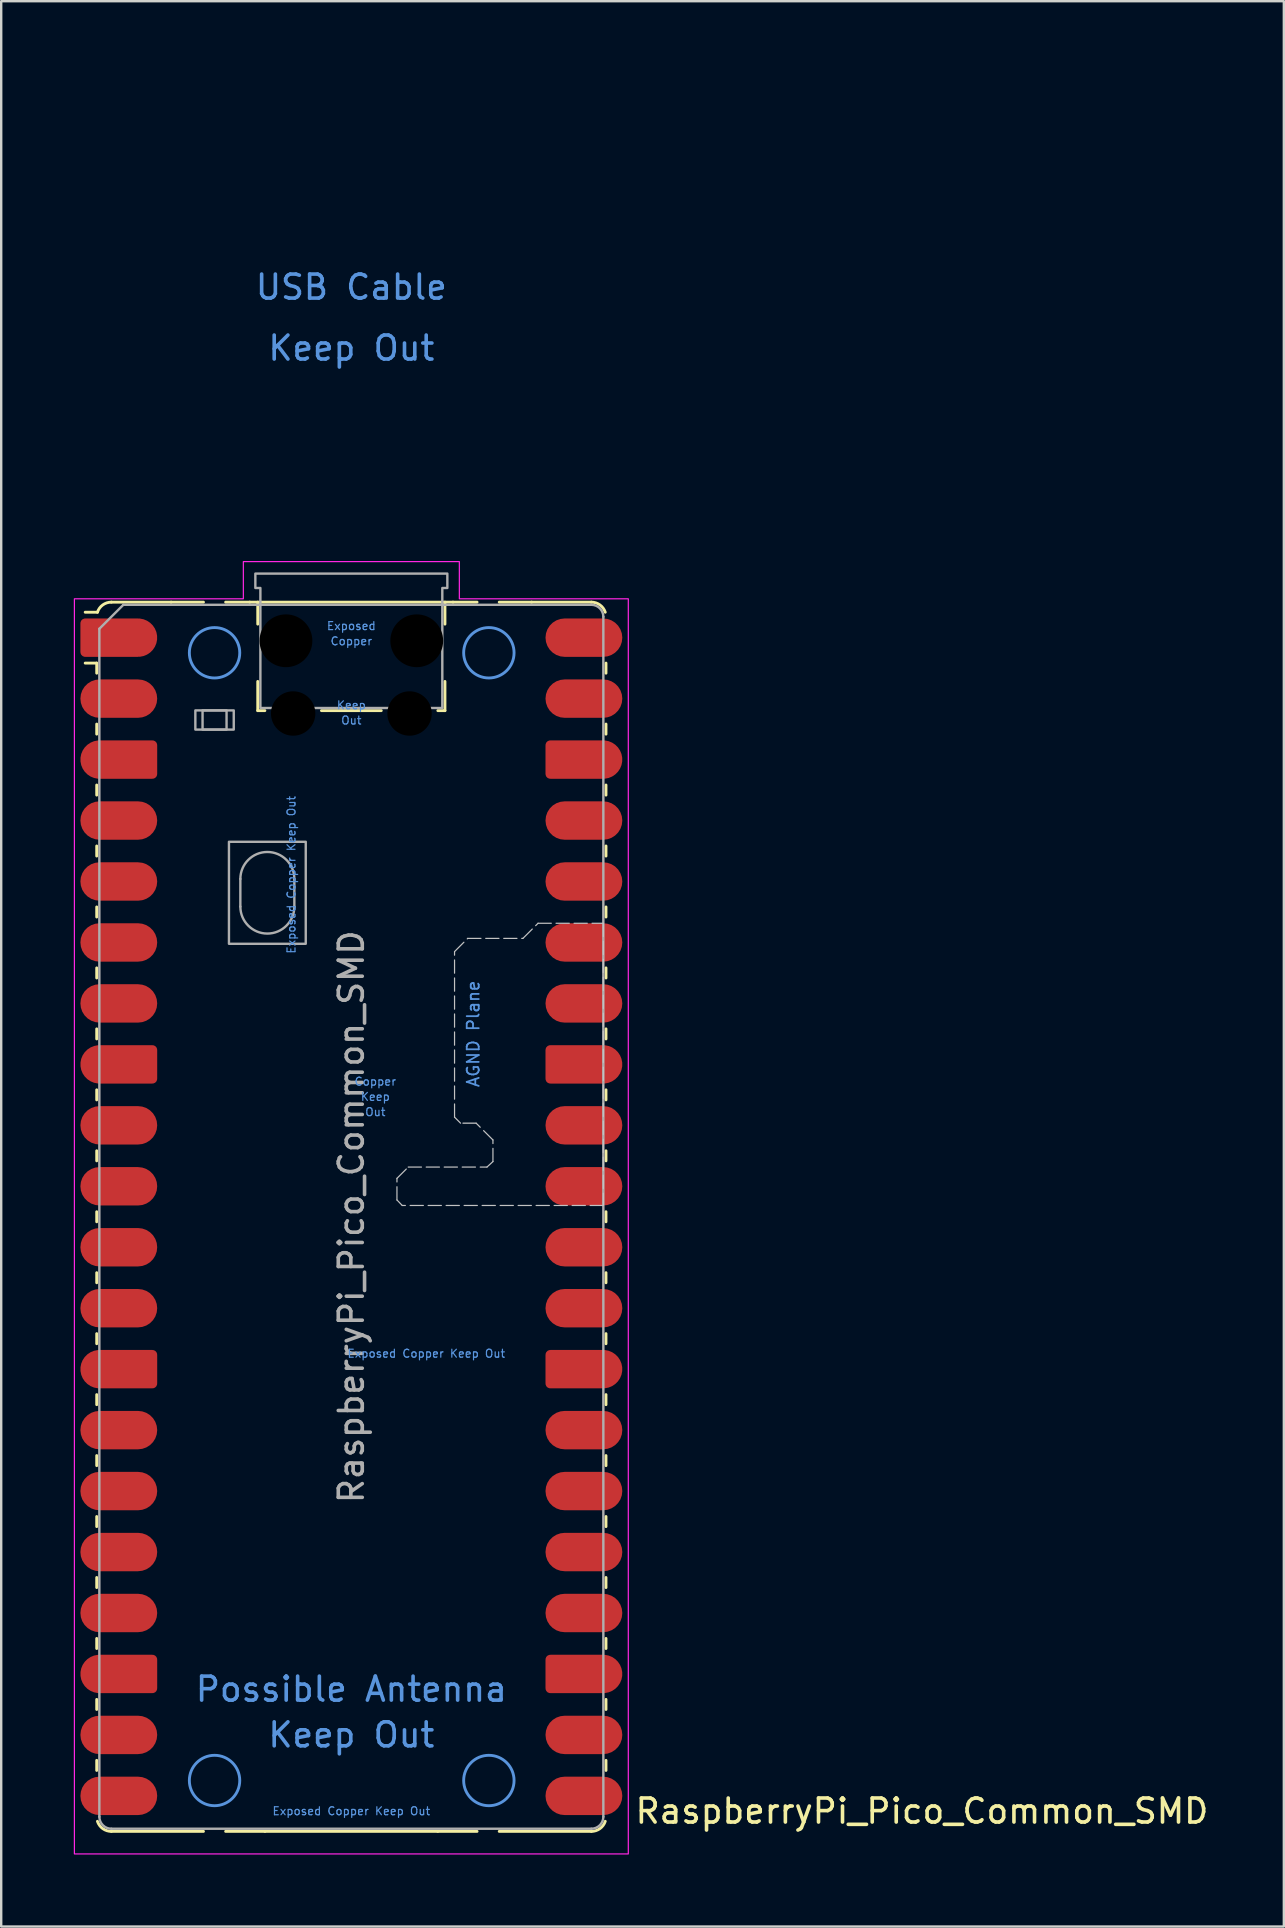
<source format=kicad_pcb>
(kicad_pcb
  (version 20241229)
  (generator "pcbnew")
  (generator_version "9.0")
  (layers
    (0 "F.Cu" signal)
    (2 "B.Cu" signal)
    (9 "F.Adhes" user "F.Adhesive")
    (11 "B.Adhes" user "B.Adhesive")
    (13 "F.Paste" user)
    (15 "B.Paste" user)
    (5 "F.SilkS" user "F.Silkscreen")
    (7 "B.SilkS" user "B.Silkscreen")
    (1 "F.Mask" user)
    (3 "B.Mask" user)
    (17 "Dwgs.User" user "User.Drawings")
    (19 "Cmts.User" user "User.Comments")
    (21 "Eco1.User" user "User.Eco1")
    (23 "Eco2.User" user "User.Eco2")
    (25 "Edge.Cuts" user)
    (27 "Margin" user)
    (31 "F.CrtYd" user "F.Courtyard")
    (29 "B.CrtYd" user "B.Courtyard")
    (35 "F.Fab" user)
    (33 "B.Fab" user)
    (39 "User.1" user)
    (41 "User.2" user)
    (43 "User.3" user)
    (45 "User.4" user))
  (footprint "RaspberryPi_Pico_Common_SMD"
    (layer "F.Cu")
    (at 11.59 47.65)
    (property "Reference" "RaspberryPi_Pico_Common_SMD" (at 11.748 24.765 0) (unlocked yes) (layer "F.SilkS") (effects (font (size 1 1) (thickness 0.15)) (justify left)))
    (attr smd)
    (fp_line (start -10.61 -23.07) (end -11.09 -23.07) (stroke (width 0.12) (type solid)) (layer "F.SilkS"))
    (fp_line (start -10.61 -23.07) (end -10.61 -22.65) (stroke (width 0.12) (type solid)) (layer "F.SilkS"))
    (fp_line (start -10.61 -20.53) (end -10.61 -20.11) (stroke (width 0.12) (type solid)) (layer "F.SilkS"))
    (fp_line (start -10.61 -17.99) (end -10.61 -17.57) (stroke (width 0.12) (type solid)) (layer "F.SilkS"))
    (fp_line (start -10.61 -15.45) (end -10.61 -15.03) (stroke (width 0.12) (type solid)) (layer "F.SilkS"))
    (fp_line (start -10.61 -12.91) (end -10.61 -12.49) (stroke (width 0.12) (type solid)) (layer "F.SilkS"))
    (fp_line (start -10.61 -10.37) (end -10.61 -9.95) (stroke (width 0.12) (type solid)) (layer "F.SilkS"))
    (fp_line (start -10.61 -7.83) (end -10.61 -7.41) (stroke (width 0.12) (type solid)) (layer "F.SilkS"))
    (fp_line (start -10.61 -5.29) (end -10.61 -4.87) (stroke (width 0.12) (type solid)) (layer "F.SilkS"))
    (fp_line (start -10.61 -2.75) (end -10.61 -2.33) (stroke (width 0.12) (type solid)) (layer "F.SilkS"))
    (fp_line (start -10.61 -0.21) (end -10.61 0.21) (stroke (width 0.12) (type solid)) (layer "F.SilkS"))
    (fp_line (start -10.61 2.33) (end -10.61 2.75) (stroke (width 0.12) (type solid)) (layer "F.SilkS"))
    (fp_line (start -10.61 4.87) (end -10.61 5.29) (stroke (width 0.12) (type solid)) (layer "F.SilkS"))
    (fp_line (start -10.61 7.41) (end -10.61 7.83) (stroke (width 0.12) (type solid)) (layer "F.SilkS"))
    (fp_line (start -10.61 9.95) (end -10.61 10.37) (stroke (width 0.12) (type solid)) (layer "F.SilkS"))
    (fp_line (start -10.61 12.49) (end -10.61 12.91) (stroke (width 0.12) (type solid)) (layer "F.SilkS"))
    (fp_line (start -10.61 15.03) (end -10.61 15.45) (stroke (width 0.12) (type solid)) (layer "F.SilkS"))
    (fp_line (start -10.61 17.57) (end -10.61 17.99) (stroke (width 0.12) (type solid)) (layer "F.SilkS"))
    (fp_line (start -10.61 20.11) (end -10.61 20.53) (stroke (width 0.12) (type solid)) (layer "F.SilkS"))
    (fp_line (start -10.61 22.65) (end -10.61 23.07) (stroke (width 0.12) (type solid)) (layer "F.SilkS"))
    (fp_line (start -10.58 -25.19) (end -11.09 -25.19) (stroke (width 0.12) (type solid)) (layer "F.SilkS"))
    (fp_line (start -10 -25.61) (end -7.51 -25.61) (stroke (width 0.12) (type solid)) (layer "F.SilkS"))
    (fp_line (start -10 25.61) (end -6.162 25.61) (stroke (width 0.12) (type solid)) (layer "F.SilkS"))
    (fp_line (start -7.51 -25.61) (end -6.162 -25.61) (stroke (width 0.12) (type solid)) (layer "F.SilkS"))
    (fp_line (start -5.238 -25.61) (end -4.235 -25.61) (stroke (width 0.12) (type solid)) (layer "F.SilkS"))
    (fp_line (start -4.235 -25.61) (end 4.235 -25.61) (stroke (width 0.12) (type solid)) (layer "F.SilkS"))
    (fp_line (start -3.9 -25.61) (end -3.9 -24.694) (stroke (width 0.12) (type solid)) (layer "F.SilkS"))
    (fp_line (start -3.9 -22.306) (end -3.9 -21.09) (stroke (width 0.12) (type solid)) (layer "F.SilkS"))
    (fp_line (start -3.9 -21.09) (end -3.604 -21.09) (stroke (width 0.12) (type solid)) (layer "F.SilkS"))
    (fp_line (start -3.6 25.61) (end -5.238 25.61) (stroke (width 0.12) (type solid)) (layer "F.SilkS"))
    (fp_line (start -1.246 -21.09) (end 1.246 -21.09) (stroke (width 0.12) (type solid)) (layer "F.SilkS"))
    (fp_line (start 3.6 25.61) (end -3.6 25.61) (stroke (width 0.12) (type solid)) (layer "F.SilkS"))
    (fp_line (start 3.604 -21.09) (end 3.9 -21.09) (stroke (width 0.12) (type solid)) (layer "F.SilkS"))
    (fp_line (start 3.9 -25.61) (end 3.9 -24.694) (stroke (width 0.12) (type solid)) (layer "F.SilkS"))
    (fp_line (start 3.9 -22.306) (end 3.9 -21.09) (stroke (width 0.12) (type solid)) (layer "F.SilkS"))
    (fp_line (start 4.235 -25.61) (end 5.238 -25.61) (stroke (width 0.12) (type solid)) (layer "F.SilkS"))
    (fp_line (start 5.238 25.61) (end 3.6 25.61) (stroke (width 0.12) (type solid)) (layer "F.SilkS"))
    (fp_line (start 6.162 -25.61) (end 7.51 -25.61) (stroke (width 0.12) (type solid)) (layer "F.SilkS"))
    (fp_line (start 6.162 25.61) (end 10 25.61) (stroke (width 0.12) (type solid)) (layer "F.SilkS"))
    (fp_line (start 10 -25.61) (end 7.51 -25.61) (stroke (width 0.12) (type solid)) (layer "F.SilkS"))
    (fp_line (start 10.61 -23.07) (end 10.61 -22.65) (stroke (width 0.12) (type solid)) (layer "F.SilkS"))
    (fp_line (start 10.61 -20.53) (end 10.61 -20.11) (stroke (width 0.12) (type solid)) (layer "F.SilkS"))
    (fp_line (start 10.61 -17.99) (end 10.61 -17.57) (stroke (width 0.12) (type solid)) (layer "F.SilkS"))
    (fp_line (start 10.61 -15.45) (end 10.61 -15.03) (stroke (width 0.12) (type solid)) (layer "F.SilkS"))
    (fp_line (start 10.61 -12.91) (end 10.61 -12.49) (stroke (width 0.12) (type solid)) (layer "F.SilkS"))
    (fp_line (start 10.61 -10.37) (end 10.61 -9.95) (stroke (width 0.12) (type solid)) (layer "F.SilkS"))
    (fp_line (start 10.61 -7.83) (end 10.61 -7.41) (stroke (width 0.12) (type solid)) (layer "F.SilkS"))
    (fp_line (start 10.61 -5.29) (end 10.61 -4.87) (stroke (width 0.12) (type solid)) (layer "F.SilkS"))
    (fp_line (start 10.61 -2.75) (end 10.61 -2.33) (stroke (width 0.12) (type solid)) (layer "F.SilkS"))
    (fp_line (start 10.61 -0.21) (end 10.61 0.21) (stroke (width 0.12) (type solid)) (layer "F.SilkS"))
    (fp_line (start 10.61 2.33) (end 10.61 2.75) (stroke (width 0.12) (type solid)) (layer "F.SilkS"))
    (fp_line (start 10.61 4.87) (end 10.61 5.29) (stroke (width 0.12) (type solid)) (layer "F.SilkS"))
    (fp_line (start 10.61 7.41) (end 10.61 7.83) (stroke (width 0.12) (type solid)) (layer "F.SilkS"))
    (fp_line (start 10.61 9.95) (end 10.61 10.37) (stroke (width 0.12) (type solid)) (layer "F.SilkS"))
    (fp_line (start 10.61 12.49) (end 10.61 12.91) (stroke (width 0.12) (type solid)) (layer "F.SilkS"))
    (fp_line (start 10.61 15.03) (end 10.61 15.45) (stroke (width 0.12) (type solid)) (layer "F.SilkS"))
    (fp_line (start 10.61 17.57) (end 10.61 17.99) (stroke (width 0.12) (type solid)) (layer "F.SilkS"))
    (fp_line (start 10.61 20.11) (end 10.61 20.53) (stroke (width 0.12) (type solid)) (layer "F.SilkS"))
    (fp_line (start 10.61 22.65) (end 10.61 23.07) (stroke (width 0.12) (type solid)) (layer "F.SilkS"))
    (fp_arc (start -10.579676 -25.19) (mid -10.357938 -25.493944) (end -10 -25.61) (stroke (width 0.12) (type solid)) (layer "F.SilkS"))
    (fp_arc (start -10 25.61) (mid -10.357937 25.493944) (end -10.579676 25.189937) (stroke (width 0.12) (type solid)) (layer "F.SilkS"))
    (fp_arc (start 10 -25.61) (mid 10.357937 -25.493944) (end 10.579676 -25.189937) (stroke (width 0.12) (type solid)) (layer "F.SilkS"))
    (fp_arc (start 10.579676 25.189937) (mid 10.357946 25.493957) (end 10 25.61) (stroke (width 0.12) (type solid)) (layer "F.SilkS"))
    (fp_poly (pts (xy 10.5 -0.47) (xy 2.12 -0.47) (xy 1.9 -0.7) (xy 1.9 -1.6) (xy 2.37 -2.07) (xy 5.65 -2.07) (xy 5.9 -2.3) (xy 5.9 -3.2) (xy 5.2 -3.9) (xy 4.55 -3.9) (xy 4.3 -4.15) (xy 4.3 -11.05) (xy 4.85 -11.6) (xy 7.15 -11.6) (xy 7.78 -12.23) (xy 10.5 -12.23)) (stroke (width 0.05) (type dash)) (fill no) (layer "Dwgs.User"))
    (fp_circle (center -5.7 -23.5) (end -4.65 -23.5) (stroke (width 0.12) (type solid)) (fill no) (layer "Cmts.User"))
    (fp_circle (center -5.7 23.49) (end -4.65 23.49) (stroke (width 0.12) (type solid)) (fill no) (layer "Cmts.User"))
    (fp_circle (center 5.73 -23.5) (end 6.78 -23.5) (stroke (width 0.12) (type solid)) (fill no) (layer "Cmts.User"))
    (fp_circle (center 5.73 23.49) (end 6.78 23.49) (stroke (width 0.12) (type solid)) (fill no) (layer "Cmts.User"))
    (fp_poly (pts (xy -4.5 -27.3) (xy 4.5 -27.3) (xy 4.5 -25.75) (xy 11.54 -25.75) (xy 11.54 26.55) (xy -11.54 26.55) (xy -11.54 -25.75) (xy -4.5 -25.75)) (stroke (width 0.05) (type solid)) (fill no) (layer "F.CrtYd"))
    (fp_line (start -10.5 -24.5) (end -9.5 -25.5) (stroke (width 0.1) (type solid)) (layer "F.Fab"))
    (fp_line (start -10.5 25) (end -10.5 -24.5) (stroke (width 0.1) (type solid)) (layer "F.Fab"))
    (fp_line (start -9.5 -25.5) (end 10 -25.5) (stroke (width 0.1) (type solid)) (layer "F.Fab"))
    (fp_line (start -4.625 -14.075) (end -4.625 -12.925) (stroke (width 0.1) (type solid)) (layer "F.Fab"))
    (fp_line (start -2.375 -14.075) (end -2.375 -12.925) (stroke (width 0.1) (type solid)) (layer "F.Fab"))
    (fp_line (start 10 25.5) (end -10 25.5) (stroke (width 0.1) (type solid)) (layer "F.Fab"))
    (fp_line (start 10.5 -25) (end 10.5 25) (stroke (width 0.1) (type solid)) (layer "F.Fab"))
    (fp_rect (start -6.5 -21.1) (end -4.9 -20.3) (stroke (width 0.1) (type solid)) (fill no) (layer "F.Fab"))
    (fp_rect (start -6.2 -21.1) (end -5.2 -20.3) (stroke (width 0.1) (type solid)) (fill no) (layer "F.Fab"))
    (fp_rect (start -5.1 -15.625) (end -1.9 -11.375) (stroke (width 0.1) (type solid)) (fill no) (layer "F.Fab"))
    (fp_arc (start -10 25.5) (mid -10.353553 25.353553) (end -10.5 25) (stroke (width 0.1) (type solid)) (layer "F.Fab"))
    (fp_arc (start -4.625 -14.075) (mid -3.5 -15.2) (end -2.375 -14.075) (stroke (width 0.1) (type solid)) (layer "F.Fab"))
    (fp_arc (start -2.375 -12.925) (mid -3.5 -11.8) (end -4.625 -12.925) (stroke (width 0.1) (type solid)) (layer "F.Fab"))
    (fp_arc (start 10 -25.5) (mid 10.353553 -25.353553) (end 10.5 -25) (stroke (width 0.1) (type solid)) (layer "F.Fab"))
    (fp_arc (start 10.5 25) (mid 10.353553 25.353553) (end 10 25.5) (stroke (width 0.1) (type solid)) (layer "F.Fab"))
    (fp_poly (pts (xy 3.79 -21.2) (xy 3.79 -26.2) (xy 4 -26.2) (xy 4 -26.8) (xy -4 -26.8) (xy -4 -26.2) (xy -3.79 -26.2) (xy -3.79 -21.2)) (stroke (width 0.1) (type solid)) (fill no) (layer "F.Fab"))
    (fp_text user "Copper" (at 0 -23.983 0) (unlocked yes) (layer "Cmts.User") (effects (font (size 0.333 0.333) (thickness 0.05))))
    (fp_text user "Possible Antenna" (at 0 19.685 0) (unlocked yes) (layer "Cmts.User") (effects (font (size 1 1) (thickness 0.15))))
    (fp_text user "AGND Plane" (at 5.08 -7.62 90) (unlocked yes) (layer "Cmts.User") (effects (font (size 0.5 0.5) (thickness 0.075))))
    (fp_text user "Exposed Copper Keep Out" (at 0 24.765 0) (unlocked yes) (layer "Cmts.User") (effects (font (size 0.333 0.333) (thickness 0.05))))
    (fp_text user "Copper" (at 1 -5.635 0) (unlocked yes) (layer "Cmts.User") (effects (font (size 0.333 0.333) (thickness 0.05))))
    (fp_text user "Out" (at 0 -20.683 0) (unlocked yes) (layer "Cmts.User") (effects (font (size 0.333 0.333) (thickness 0.05))))
    (fp_text user "Exposed Copper Keep Out" (at -2.5 -14.25 90) (unlocked yes) (layer "Cmts.User") (effects (font (size 0.333 0.333) (thickness 0.05))))
    (fp_text user "Exposed" (at 0 -24.617 0) (unlocked yes) (layer "Cmts.User") (effects (font (size 0.333 0.333) (thickness 0.05))))
    (fp_text user "Keep Out" (at 0 21.59 0) (unlocked yes) (layer "Cmts.User") (effects (font (size 1 1) (thickness 0.15))))
    (fp_text user "Keep" (at 0 -21.317 0) (unlocked yes) (layer "Cmts.User") (effects (font (size 0.333 0.333) (thickness 0.05))))
    (fp_text user "Exposed Copper Keep Out" (at 3.124 5.7 0) (unlocked yes) (layer "Cmts.User") (effects (font (size 0.333 0.333) (thickness 0.05))))
    (fp_text user "USB Cable" (at 0 -38.735 0) (unlocked yes) (layer "Cmts.User") (effects (font (size 1 1) (thickness 0.15))))
    (fp_text user "Keep Out" (at 0 -36.195 0) (unlocked yes) (layer "Cmts.User") (effects (font (size 1 1) (thickness 0.15))))
    (fp_text user "Out" (at 1 -4.365 0) (unlocked yes) (layer "Cmts.User") (effects (font (size 0.333 0.333) (thickness 0.05))))
    (fp_text user "Keep" (at 1 -5 0) (unlocked yes) (layer "Cmts.User") (effects (font (size 0.333 0.333) (thickness 0.05))))
    (fp_text user "${REFERENCE}" (at 0 0 90) (layer "F.Fab") (effects (font (size 1 1) (thickness 0.15))))
    (pad "" smd rect (at -8.89 -24.13) (size 3.8 2.2) (drill (offset -0.8 0)) (layers "F.Paste"))
    (pad "" smd rect (at -8.89 -21.59) (size 3.8 2.2) (drill (offset -0.8 0)) (layers "F.Paste"))
    (pad "" smd rect (at -8.89 -19.05) (size 3.8 2.2) (drill (offset -0.8 0)) (layers "F.Paste"))
    (pad "" smd rect (at -8.89 -16.51) (size 3.8 2.2) (drill (offset -0.8 0)) (layers "F.Paste"))
    (pad "" smd rect (at -8.89 -13.97) (size 3.8 2.2) (drill (offset -0.8 0)) (layers "F.Paste"))
    (pad "" smd rect (at -8.89 -11.43) (size 3.8 2.2) (drill (offset -0.8 0)) (layers "F.Paste"))
    (pad "" smd rect (at -8.89 -8.89) (size 3.8 2.2) (drill (offset -0.8 0)) (layers "F.Paste"))
    (pad "" smd rect (at -8.89 -6.35) (size 3.8 2.2) (drill (offset -0.8 0)) (layers "F.Paste"))
    (pad "" smd rect (at -8.89 -3.81) (size 3.8 2.2) (drill (offset -0.8 0)) (layers "F.Paste"))
    (pad "" smd rect (at -8.89 -1.27) (size 3.8 2.2) (drill (offset -0.8 0)) (layers "F.Paste"))
    (pad "" smd rect (at -8.89 1.27) (size 3.8 2.2) (drill (offset -0.8 0)) (layers "F.Paste"))
    (pad "" smd rect (at -8.89 3.81) (size 3.8 2.2) (drill (offset -0.8 0)) (layers "F.Paste"))
    (pad "" smd rect (at -8.89 6.35) (size 3.8 2.2) (drill (offset -0.8 0)) (layers "F.Paste"))
    (pad "" smd rect (at -8.89 8.89) (size 3.8 2.2) (drill (offset -0.8 0)) (layers "F.Paste"))
    (pad "" smd rect (at -8.89 11.43) (size 3.8 2.2) (drill (offset -0.8 0)) (layers "F.Paste"))
    (pad "" smd rect (at -8.89 13.97) (size 3.8 2.2) (drill (offset -0.8 0)) (layers "F.Paste"))
    (pad "" smd rect (at -8.89 16.51) (size 3.8 2.2) (drill (offset -0.8 0)) (layers "F.Paste"))
    (pad "" smd rect (at -8.89 19.05) (size 3.8 2.2) (drill (offset -0.8 0)) (layers "F.Paste"))
    (pad "" smd rect (at -8.89 21.59) (size 3.8 2.2) (drill (offset -0.8 0)) (layers "F.Paste"))
    (pad "" smd rect (at -8.89 24.13) (size 3.8 2.2) (drill (offset -0.8 0)) (layers "F.Paste"))
    (pad "" np_thru_hole circle (at -2.725 -24) (size 2.2 2.2) (drill 2.2) (layers "*.Mask"))
    (pad "" np_thru_hole circle (at -2.425 -20.97) (size 1.85 1.85) (drill 1.85) (layers "*.Mask"))
    (pad "" np_thru_hole circle (at 2.425 -20.97) (size 1.85 1.85) (drill 1.85) (layers "*.Mask"))
    (pad "" np_thru_hole circle (at 2.725 -24) (size 2.2 2.2) (drill 2.2) (layers "*.Mask"))
    (pad "" smd rect (at 8.89 -24.13) (size 3.8 2.2) (drill (offset 0.8 0)) (layers "F.Paste"))
    (pad "" smd rect (at 8.89 -21.59) (size 3.8 2.2) (drill (offset 0.8 0)) (layers "F.Paste"))
    (pad "" smd rect (at 8.89 -19.05) (size 3.8 2.2) (drill (offset 0.8 0)) (layers "F.Paste"))
    (pad "" smd rect (at 8.89 -16.51) (size 3.8 2.2) (drill (offset 0.8 0)) (layers "F.Paste"))
    (pad "" smd rect (at 8.89 -13.97) (size 3.8 2.2) (drill (offset 0.8 0)) (layers "F.Paste"))
    (pad "" smd rect (at 8.89 -11.43) (size 3.8 2.2) (drill (offset 0.8 0)) (layers "F.Paste"))
    (pad "" smd rect (at 8.89 -8.89) (size 3.8 2.2) (drill (offset 0.8 0)) (layers "F.Paste"))
    (pad "" smd rect (at 8.89 -6.35) (size 3.8 2.2) (drill (offset 0.8 0)) (layers "F.Paste"))
    (pad "" smd rect (at 8.89 -3.81) (size 3.8 2.2) (drill (offset 0.8 0)) (layers "F.Paste"))
    (pad "" smd rect (at 8.89 -1.27) (size 3.8 2.2) (drill (offset 0.8 0)) (layers "F.Paste"))
    (pad "" smd rect (at 8.89 1.27) (size 3.8 2.2) (drill (offset 0.8 0)) (layers "F.Paste"))
    (pad "" smd rect (at 8.89 3.81) (size 3.8 2.2) (drill (offset 0.8 0)) (layers "F.Paste"))
    (pad "" smd rect (at 8.89 6.35) (size 3.8 2.2) (drill (offset 0.8 0)) (layers "F.Paste"))
    (pad "" smd rect (at 8.89 8.89) (size 3.8 2.2) (drill (offset 0.8 0)) (layers "F.Paste"))
    (pad "" smd rect (at 8.89 11.43) (size 3.8 2.2) (drill (offset 0.8 0)) (layers "F.Paste"))
    (pad "" smd rect (at 8.89 13.97) (size 3.8 2.2) (drill (offset 0.8 0)) (layers "F.Paste"))
    (pad "" smd rect (at 8.89 16.51) (size 3.8 2.2) (drill (offset 0.8 0)) (layers "F.Paste"))
    (pad "" smd rect (at 8.89 19.05) (size 3.8 2.2) (drill (offset 0.8 0)) (layers "F.Paste"))
    (pad "" smd rect (at 8.89 21.59) (size 3.8 2.2) (drill (offset 0.8 0)) (layers "F.Paste"))
    (pad "" smd rect (at 8.89 24.13) (size 3.8 2.2) (drill (offset 0.8 0)) (layers "F.Paste"))
    (pad "1" smd custom (at -9.69 -24.13) (size 1.6 0.8) (layers "F.Cu" "F.Mask") (options (anchor rect)) (primitives (gr_circle (center 0.8 0) (end 1.6 0) (width 0) (fill yes)) (gr_poly (pts (xy -1.6 -0.6) (xy -1.6 0.6) (xy -1.4 0.8) (xy 0.8 0.8) (xy 0.8 -0.8) (xy -1.4 -0.8)) (width 0) (fill yes)) (gr_circle (center -1.4 -0.6) (end -1.2 -0.6) (width 0) (fill yes)) (gr_circle (center -1.4 0.6) (end -1.2 0.6) (width 0) (fill yes))))
    (pad "2" smd roundrect (at -9.69 -21.59) (size 3.2 1.6) (layers "F.Cu" "F.Mask") (roundrect_rratio 0.5))
    (pad "3" smd custom (at -9.69 -19.05) (size 1.6 0.8) (layers "F.Cu" "F.Mask") (options (anchor rect)) (primitives (gr_circle (center -0.8 0) (end 0 0) (width 0) (fill yes)) (gr_poly (pts (xy 1.6 -0.6) (xy 1.6 0.6) (xy 1.4 0.8) (xy -0.8 0.8) (xy -0.8 -0.8) (xy 1.4 -0.8)) (width 0) (fill yes)) (gr_circle (center 1.4 -0.6) (end 1.6 -0.6) (width 0) (fill yes)) (gr_circle (center 1.4 0.6) (end 1.6 0.6) (width 0) (fill yes))))
    (pad "4" smd roundrect (at -9.69 -16.51) (size 3.2 1.6) (layers "F.Cu" "F.Mask") (roundrect_rratio 0.5))
    (pad "5" smd roundrect (at -9.69 -13.97) (size 3.2 1.6) (layers "F.Cu" "F.Mask") (roundrect_rratio 0.5))
    (pad "6" smd roundrect (at -9.69 -11.43) (size 3.2 1.6) (layers "F.Cu" "F.Mask") (roundrect_rratio 0.5))
    (pad "7" smd roundrect (at -9.69 -8.89) (size 3.2 1.6) (layers "F.Cu" "F.Mask") (roundrect_rratio 0.5))
    (pad "8" smd custom (at -9.69 -6.35) (size 1.6 0.8) (layers "F.Cu" "F.Mask") (options (anchor rect)) (primitives (gr_circle (center -0.8 0) (end 0 0) (width 0) (fill yes)) (gr_poly (pts (xy 1.6 -0.6) (xy 1.6 0.6) (xy 1.4 0.8) (xy -0.8 0.8) (xy -0.8 -0.8) (xy 1.4 -0.8)) (width 0) (fill yes)) (gr_circle (center 1.4 -0.6) (end 1.6 -0.6) (width 0) (fill yes)) (gr_circle (center 1.4 0.6) (end 1.6 0.6) (width 0) (fill yes))))
    (pad "9" smd roundrect (at -9.69 -3.81) (size 3.2 1.6) (layers "F.Cu" "F.Mask") (roundrect_rratio 0.5))
    (pad "10" smd roundrect (at -9.69 -1.27) (size 3.2 1.6) (layers "F.Cu" "F.Mask") (roundrect_rratio 0.5))
    (pad "11" smd roundrect (at -9.69 1.27) (size 3.2 1.6) (layers "F.Cu" "F.Mask") (roundrect_rratio 0.5))
    (pad "12" smd roundrect (at -9.69 3.81) (size 3.2 1.6) (layers "F.Cu" "F.Mask") (roundrect_rratio 0.5))
    (pad "13" smd custom (at -9.69 6.35) (size 1.6 0.8) (layers "F.Cu" "F.Mask") (options (anchor rect)) (primitives (gr_circle (center -0.8 0) (end 0 0) (width 0) (fill yes)) (gr_poly (pts (xy 1.6 -0.6) (xy 1.6 0.6) (xy 1.4 0.8) (xy -0.8 0.8) (xy -0.8 -0.8) (xy 1.4 -0.8)) (width 0) (fill yes)) (gr_circle (center 1.4 -0.6) (end 1.6 -0.6) (width 0) (fill yes)) (gr_circle (center 1.4 0.6) (end 1.6 0.6) (width 0) (fill yes))))
    (pad "14" smd roundrect (at -9.69 8.89) (size 3.2 1.6) (layers "F.Cu" "F.Mask") (roundrect_rratio 0.5))
    (pad "15" smd roundrect (at -9.69 11.43) (size 3.2 1.6) (layers "F.Cu" "F.Mask") (roundrect_rratio 0.5))
    (pad "16" smd roundrect (at -9.69 13.97) (size 3.2 1.6) (layers "F.Cu" "F.Mask") (roundrect_rratio 0.5))
    (pad "17" smd roundrect (at -9.69 16.51) (size 3.2 1.6) (layers "F.Cu" "F.Mask") (roundrect_rratio 0.5))
    (pad "18" smd custom (at -9.69 19.05) (size 1.6 0.8) (layers "F.Cu" "F.Mask") (options (anchor rect)) (primitives (gr_circle (center -0.8 0) (end 0 0) (width 0) (fill yes)) (gr_poly (pts (xy 1.6 -0.6) (xy 1.6 0.6) (xy 1.4 0.8) (xy -0.8 0.8) (xy -0.8 -0.8) (xy 1.4 -0.8)) (width 0) (fill yes)) (gr_circle (center 1.4 -0.6) (end 1.6 -0.6) (width 0) (fill yes)) (gr_circle (center 1.4 0.6) (end 1.6 0.6) (width 0) (fill yes))))
    (pad "19" smd roundrect (at -9.69 21.59) (size 3.2 1.6) (layers "F.Cu" "F.Mask") (roundrect_rratio 0.5))
    (pad "20" smd roundrect (at -9.69 24.13) (size 3.2 1.6) (layers "F.Cu" "F.Mask") (roundrect_rratio 0.5))
    (pad "21" smd roundrect (at 9.69 24.13) (size 3.2 1.6) (layers "F.Cu" "F.Mask") (roundrect_rratio 0.5))
    (pad "22" smd roundrect (at 9.69 21.59) (size 3.2 1.6) (layers "F.Cu" "F.Mask") (roundrect_rratio 0.5))
    (pad "23" smd custom (at 9.69 19.05) (size 1.6 0.8) (layers "F.Cu" "F.Mask") (options (anchor rect)) (primitives (gr_circle (center 0.8 0) (end 1.6 0) (width 0) (fill yes)) (gr_poly (pts (xy -1.6 -0.6) (xy -1.6 0.6) (xy -1.4 0.8) (xy 0.8 0.8) (xy 0.8 -0.8) (xy -1.4 -0.8)) (width 0) (fill yes)) (gr_circle (center -1.4 -0.6) (end -1.2 -0.6) (width 0) (fill yes)) (gr_circle (center -1.4 0.6) (end -1.2 0.6) (width 0) (fill yes))))
    (pad "24" smd roundrect (at 9.69 16.51) (size 3.2 1.6) (layers "F.Cu" "F.Mask") (roundrect_rratio 0.5))
    (pad "25" smd roundrect (at 9.69 13.97) (size 3.2 1.6) (layers "F.Cu" "F.Mask") (roundrect_rratio 0.5))
    (pad "26" smd roundrect (at 9.69 11.43) (size 3.2 1.6) (layers "F.Cu" "F.Mask") (roundrect_rratio 0.5))
    (pad "27" smd roundrect (at 9.69 8.89) (size 3.2 1.6) (layers "F.Cu" "F.Mask") (roundrect_rratio 0.5))
    (pad "28" smd custom (at 9.69 6.35) (size 1.6 0.8) (layers "F.Cu" "F.Mask") (options (anchor rect)) (primitives (gr_circle (center 0.8 0) (end 1.6 0) (width 0) (fill yes)) (gr_poly (pts (xy -1.6 -0.6) (xy -1.6 0.6) (xy -1.4 0.8) (xy 0.8 0.8) (xy 0.8 -0.8) (xy -1.4 -0.8)) (width 0) (fill yes)) (gr_circle (center -1.4 -0.6) (end -1.2 -0.6) (width 0) (fill yes)) (gr_circle (center -1.4 0.6) (end -1.2 0.6) (width 0) (fill yes))))
    (pad "29" smd roundrect (at 9.69 3.81) (size 3.2 1.6) (layers "F.Cu" "F.Mask") (roundrect_rratio 0.5))
    (pad "30" smd roundrect (at 9.69 1.27) (size 3.2 1.6) (layers "F.Cu" "F.Mask") (roundrect_rratio 0.5))
    (pad "31" smd roundrect (at 9.69 -1.27) (size 3.2 1.6) (layers "F.Cu" "F.Mask") (roundrect_rratio 0.5))
    (pad "32" smd roundrect (at 9.69 -3.81) (size 3.2 1.6) (layers "F.Cu" "F.Mask") (roundrect_rratio 0.5))
    (pad "33" smd custom (at 9.69 -6.35) (size 1.6 0.8) (layers "F.Cu" "F.Mask") (options (anchor rect)) (primitives (gr_circle (center 0.8 0) (end 1.6 0) (width 0) (fill yes)) (gr_poly (pts (xy -1.6 -0.6) (xy -1.6 0.6) (xy -1.4 0.8) (xy 0.8 0.8) (xy 0.8 -0.8) (xy -1.4 -0.8)) (width 0) (fill yes)) (gr_circle (center -1.4 -0.6) (end -1.2 -0.6) (width 0) (fill yes)) (gr_circle (center -1.4 0.6) (end -1.2 0.6) (width 0) (fill yes))))
    (pad "34" smd roundrect (at 9.69 -8.89) (size 3.2 1.6) (layers "F.Cu" "F.Mask") (roundrect_rratio 0.5))
    (pad "35" smd roundrect (at 9.69 -11.43) (size 3.2 1.6) (layers "F.Cu" "F.Mask") (roundrect_rratio 0.5))
    (pad "36" smd roundrect (at 9.69 -13.97) (size 3.2 1.6) (layers "F.Cu" "F.Mask") (roundrect_rratio 0.5))
    (pad "37" smd roundrect (at 9.69 -16.51) (size 3.2 1.6) (layers "F.Cu" "F.Mask") (roundrect_rratio 0.5))
    (pad "38" smd custom (at 9.69 -19.05) (size 1.6 0.8) (layers "F.Cu" "F.Mask") (options (anchor rect)) (primitives (gr_circle (center 0.8 0) (end 1.6 0) (width 0) (fill yes)) (gr_poly (pts (xy -1.6 -0.6) (xy -1.6 0.6) (xy -1.4 0.8) (xy 0.8 0.8) (xy 0.8 -0.8) (xy -1.4 -0.8)) (width 0) (fill yes)) (gr_circle (center -1.4 -0.6) (end -1.2 -0.6) (width 0) (fill yes)) (gr_circle (center -1.4 0.6) (end -1.2 0.6) (width 0) (fill yes))))
    (pad "39" smd roundrect (at 9.69 -21.59) (size 3.2 1.6) (layers "F.Cu" "F.Mask") (roundrect_rratio 0.5))
    (pad "40" smd roundrect (at 9.69 -24.13) (size 3.2 1.6) (layers "F.Cu" "F.Mask") (roundrect_rratio 0.5))
    (zone (net_name "") (layers "F.Cu" "B.Cu" "F.Paste" "B.Paste") (name "Antenna Copper Keep Out") (hatch full 0.5) (connect_pads) (min_thickness 0.254) (filled_areas_thickness no) (keepout (tracks not_allowed) (vias not_allowed) (pads not_allowed) (copperpour not_allowed) (footprints allowed)) (placement (enabled no)) (fill) (polygon (pts (xy 9.19 72.64) (xy 4.49 68.99) (xy 4.49 64.65) (xy 18.69 64.65) (xy 18.69 68.99) (xy 13.99 72.64) (xy 13.99 73.65) (xy 9.19 73.65))))
    (zone (net_name "") (layers "F.Cu" "F.Paste") (name "Pad Keep Out D1-W") (hatch full 0.5) (connect_pads) (min_thickness 0.25) (filled_areas_thickness no) (keepout (tracks not_allowed) (vias not_allowed) (pads not_allowed) (copperpour not_allowed) (footprints allowed)) (placement (enabled no)) (fill) (polygon (pts (xy 11.219 52.45) (xy 11.274 52.395) (xy 11.347 52.365) (xy 11.387 52.363) (xy 12.174 52.363) (xy 12.174 54.337) (xy 11.387 54.337) (xy 11.347 54.335) (xy 11.274 54.305) (xy 11.219 54.25) (xy 11.189 54.177) (xy 11.187 54.137) (xy 11.187 52.563) (xy 11.189 52.523))))
    (zone (net_name "") (layers "F.Cu" "F.Paste") (name "Pad Keep Out D1-W") (hatch full 0.5) (connect_pads) (min_thickness 0.25) (filled_areas_thickness no) (keepout (tracks not_allowed) (vias not_allowed) (pads not_allowed) (copperpour not_allowed) (footprints allowed)) (placement (enabled no)) (fill) (polygon (pts (xy 12.961 54.337) (xy 12.174 54.337) (xy 12.174 52.363) (xy 12.961 52.363) (xy 13.001 52.365) (xy 13.074 52.395) (xy 13.129 52.45) (xy 13.16 52.523) (xy 13.162 52.563) (xy 13.162 54.137) (xy 13.16 54.177) (xy 13.129 54.25) (xy 13.074 54.305) (xy 13.001 54.335))))
    (zone (net_name "") (layers "F.Cu" "F.Paste") (name "Pad Keep Out TP6") (hatch full 0.5) (connect_pads) (min_thickness 0.25) (filled_areas_thickness no) (keepout (tracks not_allowed) (vias not_allowed) (pads not_allowed) (copperpour not_allowed) (footprints allowed)) (placement (enabled no)) (fill) (polygon (pts (xy 8.574 37.598) (xy 8.448 37.564) (xy 8.334 37.498) (xy 8.242 37.406) (xy 8.176 37.292) (xy 8.142 37.166) (xy 8.14 37.1) (xy 8.14 33.4) (xy 10.04 33.4) (xy 10.04 37.1) (xy 10.038 37.166) (xy 10.004 37.292) (xy 9.938 37.406) (xy 9.846 37.498) (xy 9.732 37.564) (xy 9.606 37.598) (xy 9.54 37.6) (xy 8.64 37.6))))
    (zone (net_name "") (layers "F.Cu" "F.Paste") (name "Pad Keep Out TP3") (hatch full 0.5) (connect_pads) (min_thickness 0.25) (filled_areas_thickness no) (keepout (tracks not_allowed) (vias not_allowed) (pads not_allowed) (copperpour not_allowed) (footprints allowed)) (placement (enabled no)) (fill) (polygon (pts (xy 9.642 22.834) (xy 9.676 22.708) (xy 9.742 22.594) (xy 9.834 22.502) (xy 9.948 22.436) (xy 10.074 22.402) (xy 10.14 22.4) (xy 10.59 22.4) (xy 10.59 24.3) (xy 10.14 24.3) (xy 10.074 24.298) (xy 9.948 24.264) (xy 9.834 24.198) (xy 9.742 24.106) (xy 9.676 23.992) (xy 9.642 23.866) (xy 9.64 23.8) (xy 9.64 22.9))))
    (zone (net_name "") (layers "F.Cu" "F.Paste") (name "Pad Keep Out TP4") (hatch full 0.5) (connect_pads) (min_thickness 0.25) (filled_areas_thickness no) (keepout (tracks not_allowed) (vias not_allowed) (pads not_allowed) (copperpour not_allowed) (footprints allowed)) (placement (enabled no)) (fill) (polygon (pts (xy 10.04 33.4) (xy 10.04 29.7) (xy 10.038 29.634) (xy 10.004 29.508) (xy 9.938 29.394) (xy 9.846 29.302) (xy 9.732 29.236) (xy 9.606 29.202) (xy 9.54 29.2) (xy 8.64 29.2) (xy 8.574 29.202) (xy 8.448 29.236) (xy 8.334 29.302) (xy 8.242 29.394) (xy 8.176 29.508) (xy 8.142 29.634) (xy 8.14 29.7) (xy 8.14 33.4))))
    (zone (net_name "") (layers "F.Cu" "F.Paste") (name "Pad Keep Out TP3") (hatch full 0.5) (connect_pads) (min_thickness 0.25) (filled_areas_thickness no) (keepout (tracks not_allowed) (vias not_allowed) (pads not_allowed) (copperpour not_allowed) (footprints allowed)) (placement (enabled no)) (fill) (polygon (pts (xy 10.59 24.3) (xy 11.04 24.3) (xy 11.106 24.298) (xy 11.232 24.264) (xy 11.346 24.198) (xy 11.438 24.106) (xy 11.504 23.992) (xy 11.538 23.866) (xy 11.54 23.8) (xy 11.54 22.9) (xy 11.538 22.834) (xy 11.504 22.708) (xy 11.438 22.594) (xy 11.346 22.502) (xy 11.232 22.436) (xy 11.106 22.402) (xy 11.04 22.4) (xy 10.59 22.4))))
    (zone (net_name "") (layers "F.Cu" "F.Paste") (name "Pad Keep Out TP1") (hatch full 0.5) (connect_pads) (min_thickness 0.25) (filled_areas_thickness no) (keepout (tracks not_allowed) (vias not_allowed) (pads not_allowed) (copperpour not_allowed) (footprints allowed)) (placement (enabled no)) (fill) (polygon (pts (xy 10.642 26.134) (xy 10.676 26.008) (xy 10.742 25.894) (xy 10.834 25.802) (xy 10.948 25.736) (xy 11.074 25.702) (xy 11.14 25.7) (xy 11.59 25.7) (xy 11.59 27.6) (xy 11.14 27.6) (xy 11.074 27.598) (xy 10.948 27.564) (xy 10.834 27.498) (xy 10.742 27.406) (xy 10.676 27.292) (xy 10.642 27.166) (xy 10.64 27.1) (xy 10.64 26.2))))
    (zone (net_name "") (layers "F.Cu" "F.Paste") (name "Pad Keep Out TP1") (hatch full 0.5) (connect_pads) (min_thickness 0.25) (filled_areas_thickness no) (keepout (tracks not_allowed) (vias not_allowed) (pads not_allowed) (copperpour not_allowed) (footprints allowed)) (placement (enabled no)) (fill) (polygon (pts (xy 11.59 27.6) (xy 12.04 27.6) (xy 12.106 27.598) (xy 12.232 27.564) (xy 12.346 27.498) (xy 12.438 27.406) (xy 12.504 27.292) (xy 12.538 27.166) (xy 12.54 27.1) (xy 12.54 26.2) (xy 12.538 26.134) (xy 12.504 26.008) (xy 12.438 25.894) (xy 12.346 25.802) (xy 12.232 25.736) (xy 12.106 25.702) (xy 12.04 25.7) (xy 11.59 25.7))))
    (zone (net_name "") (layers "F.Cu" "F.Paste") (name "Pad Keep Out TP2") (hatch full 0.5) (connect_pads) (min_thickness 0.25) (filled_areas_thickness no) (keepout (tracks not_allowed) (vias not_allowed) (pads not_allowed) (copperpour not_allowed) (footprints allowed)) (placement (enabled no)) (fill) (polygon (pts (xy 11.642 22.849) (xy 11.676 22.723) (xy 11.742 22.609) (xy 11.834 22.517) (xy 11.948 22.451) (xy 12.074 22.417) (xy 12.14 22.415) (xy 12.59 22.415) (xy 12.59 24.315) (xy 12.14 24.315) (xy 12.074 24.313) (xy 11.948 24.279) (xy 11.834 24.213) (xy 11.742 24.121) (xy 11.676 24.007) (xy 11.642 23.881) (xy 11.64 23.815) (xy 11.64 22.915))))
    (zone (net_name "") (layers "F.Cu" "F.Paste") (name "Pad Keep Out TP7") (hatch full 0.5) (connect_pads) (min_thickness 0.25) (filled_areas_thickness no) (keepout (tracks not_allowed) (vias not_allowed) (pads not_allowed) (copperpour not_allowed) (footprints allowed)) (placement (enabled no)) (fill) (polygon (pts (xy 11.642 42.134) (xy 11.676 42.008) (xy 11.742 41.894) (xy 11.834 41.802) (xy 11.948 41.736) (xy 12.074 41.702) (xy 12.14 41.7) (xy 12.59 41.7) (xy 12.59 43.6) (xy 12.14 43.6) (xy 12.074 43.598) (xy 11.948 43.564) (xy 11.834 43.498) (xy 11.742 43.406) (xy 11.676 43.292) (xy 11.642 43.166) (xy 11.64 43.1) (xy 11.64 42.2))))
    (zone (net_name "") (layers "F.Cu" "F.Paste") (name "Pad Keep Out TP2") (hatch full 0.5) (connect_pads) (min_thickness 0.25) (filled_areas_thickness no) (keepout (tracks not_allowed) (vias not_allowed) (pads not_allowed) (copperpour not_allowed) (footprints allowed)) (placement (enabled no)) (fill) (polygon (pts (xy 12.59 24.315) (xy 13.04 24.315) (xy 13.106 24.313) (xy 13.232 24.279) (xy 13.346 24.213) (xy 13.438 24.121) (xy 13.504 24.007) (xy 13.538 23.881) (xy 13.54 23.815) (xy 13.54 22.915) (xy 13.538 22.849) (xy 13.504 22.723) (xy 13.438 22.609) (xy 13.346 22.517) (xy 13.232 22.451) (xy 13.106 22.417) (xy 13.04 22.415) (xy 12.59 22.415))))
    (zone (net_name "") (layers "F.Cu" "F.Paste") (name "Pad Keep Out TP7") (hatch full 0.5) (connect_pads) (min_thickness 0.25) (filled_areas_thickness no) (keepout (tracks not_allowed) (vias not_allowed) (pads not_allowed) (copperpour not_allowed) (footprints allowed)) (placement (enabled no)) (fill) (polygon (pts (xy 12.59 43.6) (xy 13.04 43.6) (xy 13.106 43.598) (xy 13.232 43.564) (xy 13.346 43.498) (xy 13.438 43.406) (xy 13.504 43.292) (xy 13.538 43.166) (xy 13.54 43.1) (xy 13.54 42.2) (xy 13.538 42.134) (xy 13.504 42.008) (xy 13.438 41.894) (xy 13.346 41.802) (xy 13.232 41.736) (xy 13.106 41.702) (xy 13.04 41.7) (xy 12.59 41.7))))
    (zone (net_name "") (layers "F.Cu" "F.Paste") (name "Pad Keep Out D2") (hatch full 0.5) (connect_pads) (min_thickness 0.25) (filled_areas_thickness no) (keepout (tracks not_allowed) (vias not_allowed) (pads not_allowed) (copperpour not_allowed) (footprints allowed)) (placement (enabled no)) (fill) (polygon (pts (xy 10.99 70.55) (xy 11.59 70.55) (arc (start 11.59 74.15) (mid 10.882893 73.857107) (end 10.59 73.15)) (xy 10.59 70.95) (xy 10.592 70.887) (xy 10.631 70.767) (xy 10.705 70.665) (xy 10.807 70.591) (xy 10.927 70.552))))
    (zone (net_name "") (layers "F.Cu" "F.Paste") (name "Pad Keep Out D2") (hatch full 0.5) (connect_pads) (min_thickness 0.25) (filled_areas_thickness no) (keepout (tracks not_allowed) (vias not_allowed) (pads not_allowed) (copperpour not_allowed) (footprints allowed)) (placement (enabled no)) (fill) (polygon (pts (xy 12.19 70.55) (xy 12.253 70.552) (xy 12.373 70.591) (xy 12.475 70.665) (xy 12.549 70.767) (xy 12.588 70.887) (xy 12.59 70.95) (arc (start 12.59 73.15) (mid 12.297107 73.857107) (end 11.59 74.15)) (xy 11.59 70.55))))
    (zone (net_name "") (layers "F.Cu" "F.Paste") (name "Pad Keep Out D2-W") (hatch full 0.508) (connect_pads) (min_thickness 0.254) (filled_areas_thickness no) (keepout (tracks not_allowed) (vias not_allowed) (pads not_allowed) (copperpour not_allowed) (footprints allowed)) (placement (enabled no)) (fill) (polygon (pts (xy 15.706 53.35) (xy 15.687 53.157) (xy 15.631 52.972) (xy 15.541 52.801) (xy 15.418 52.651) (xy 15.269 52.527) (xy 15.099 52.435) (xy 14.914 52.378) (xy 14.721 52.358) (xy 14.528 52.375) (xy 14.342 52.43) (xy 14.171 52.52) (xy 14.02 52.641) (xy 13.895 52.789) (xy 13.802 52.959) (xy 13.744 53.144) (xy 13.722 53.336) (xy 13.738 53.529) (xy 13.792 53.715) (xy 13.88 53.887) (xy 14 54.039) (xy 14.148 54.165) (xy 14.317 54.259) (xy 14.501 54.319) (xy 14.693 54.342) (xy 14.886 54.327) (xy 15.073 54.275) (xy 15.246 54.188) (xy 15.398 54.069) (xy 15.525 53.922) (xy 15.62 53.754) (xy 15.682 53.57) (xy 15.706 53.378))))
    (zone (net_name "") (layers "F.Cu" "F.Paste") (name "Pad Keep Out D3-W") (hatch full 0.508) (connect_pads) (min_thickness 0.254) (filled_areas_thickness no) (keepout (tracks not_allowed) (vias not_allowed) (pads not_allowed) (copperpour not_allowed) (footprints allowed)) (placement (enabled no)) (fill) (polygon (pts (xy 18.246 53.35) (xy 18.227 53.157) (xy 18.171 52.972) (xy 18.081 52.801) (xy 17.958 52.651) (xy 17.809 52.527) (xy 17.639 52.435) (xy 17.454 52.378) (xy 17.261 52.358) (xy 17.068 52.375) (xy 16.882 52.43) (xy 16.711 52.52) (xy 16.56 52.641) (xy 16.435 52.789) (xy 16.342 52.959) (xy 16.284 53.144) (xy 16.262 53.336) (xy 16.278 53.529) (xy 16.332 53.715) (xy 16.42 53.887) (xy 16.54 54.039) (xy 16.688 54.165) (xy 16.857 54.259) (xy 17.041 54.319) (xy 17.233 54.342) (xy 17.426 54.327) (xy 17.613 54.275) (xy 17.786 54.188) (xy 17.938 54.069) (xy 18.065 53.922) (xy 18.16 53.754) (xy 18.222 53.57) (xy 18.246 53.378))))
    (zone (net_name "") (layers "F.Cu" "F.Paste") (name "Pad Keep Out D1") (hatch full 0.5) (connect_pads) (min_thickness 0.25) (filled_areas_thickness no) (keepout (tracks not_allowed) (vias not_allowed) (pads not_allowed) (copperpour not_allowed) (footprints allowed)) (placement (enabled no)) (fill) (polygon (pts (arc (start 8.05 73.15) (mid 8.342893 73.857107) (end 9.05 74.15)) (arc (start 9.05 70.55) (mid 8.342893 70.842893) (end 8.05 71.55)))))
    (zone (net_name "") (layers "F.Cu" "F.Paste") (name "Pad Keep Out D1") (hatch full 0.5) (connect_pads) (min_thickness 0.25) (filled_areas_thickness no) (keepout (tracks not_allowed) (vias not_allowed) (pads not_allowed) (copperpour not_allowed) (footprints allowed)) (placement (enabled no)) (fill) (polygon (pts (arc (start 9.05 74.15) (mid 9.757107 73.857107) (end 10.05 73.15)) (arc (start 10.05 71.55) (mid 9.757107 70.842893) (end 9.05 70.55)))))
    (zone (net_name "") (layers "F.Cu" "F.Paste") (name "Pad Keep Out D3") (hatch full 0.5) (connect_pads) (min_thickness 0.25) (filled_areas_thickness no) (keepout (tracks not_allowed) (vias not_allowed) (pads not_allowed) (copperpour not_allowed) (footprints allowed)) (placement (enabled no)) (fill) (polygon (pts (arc (start 13.130141 73.149925) (mid 13.423034 73.857032) (end 14.130141 74.149925)) (arc (start 14.130141 70.549925) (mid 13.423034 70.842818) (end 13.130141 71.549925)))))
    (zone (net_name "") (layers "F.Cu" "F.Paste") (name "Pad Keep Out D3") (hatch full 0.5) (connect_pads) (min_thickness 0.25) (filled_areas_thickness no) (keepout (tracks not_allowed) (vias not_allowed) (pads not_allowed) (copperpour not_allowed) (footprints allowed)) (placement (enabled no)) (fill) (polygon (pts (arc (start 14.130141 74.149925) (mid 14.837248 73.857032) (end 15.130141 73.149925)) (arc (start 15.130141 71.549925) (mid 14.837248 70.842818) (end 14.130141 70.549925)))))
    (zone (net_name "") (layer "Edge.Cuts") (name "Board Keep Out USB Cable") (hatch edge 0.5) (connect_pads) (min_thickness 0.254) (filled_areas_thickness no) (keepout (tracks allowed) (vias allowed) (pads allowed) (copperpour allowed) (footprints allowed)) (placement (enabled no)) (fill) (polygon (pts (xy 5.39 0) (xy 17.79 0) (xy 17.79 20.4) (xy 5.39 20.4))))
    (zone (net_name "") (layer "F.CrtYd") (name "USB Cable Keep Out") (hatch full 0.5) (connect_pads) (min_thickness 0.254) (filled_areas_thickness no) (keepout (tracks allowed) (vias allowed) (pads allowed) (copperpour allowed) (footprints not_allowed)) (placement (enabled no)) (fill) (polygon (pts (xy 5.84 19.95) (xy 7.65 19.95) (xy 7.65 20.35) (xy 15.53 20.35) (xy 15.53 19.95) (xy 17.34 19.95) (xy 17.34 0.45) (xy 5.84 0.45)))))
  (gr_rect
    (start -3 -3)
    (end 50.445 77.225)
    (stroke (width 0.1) (type default))
    (fill no)
    (layer "Edge.Cuts")))
</source>
